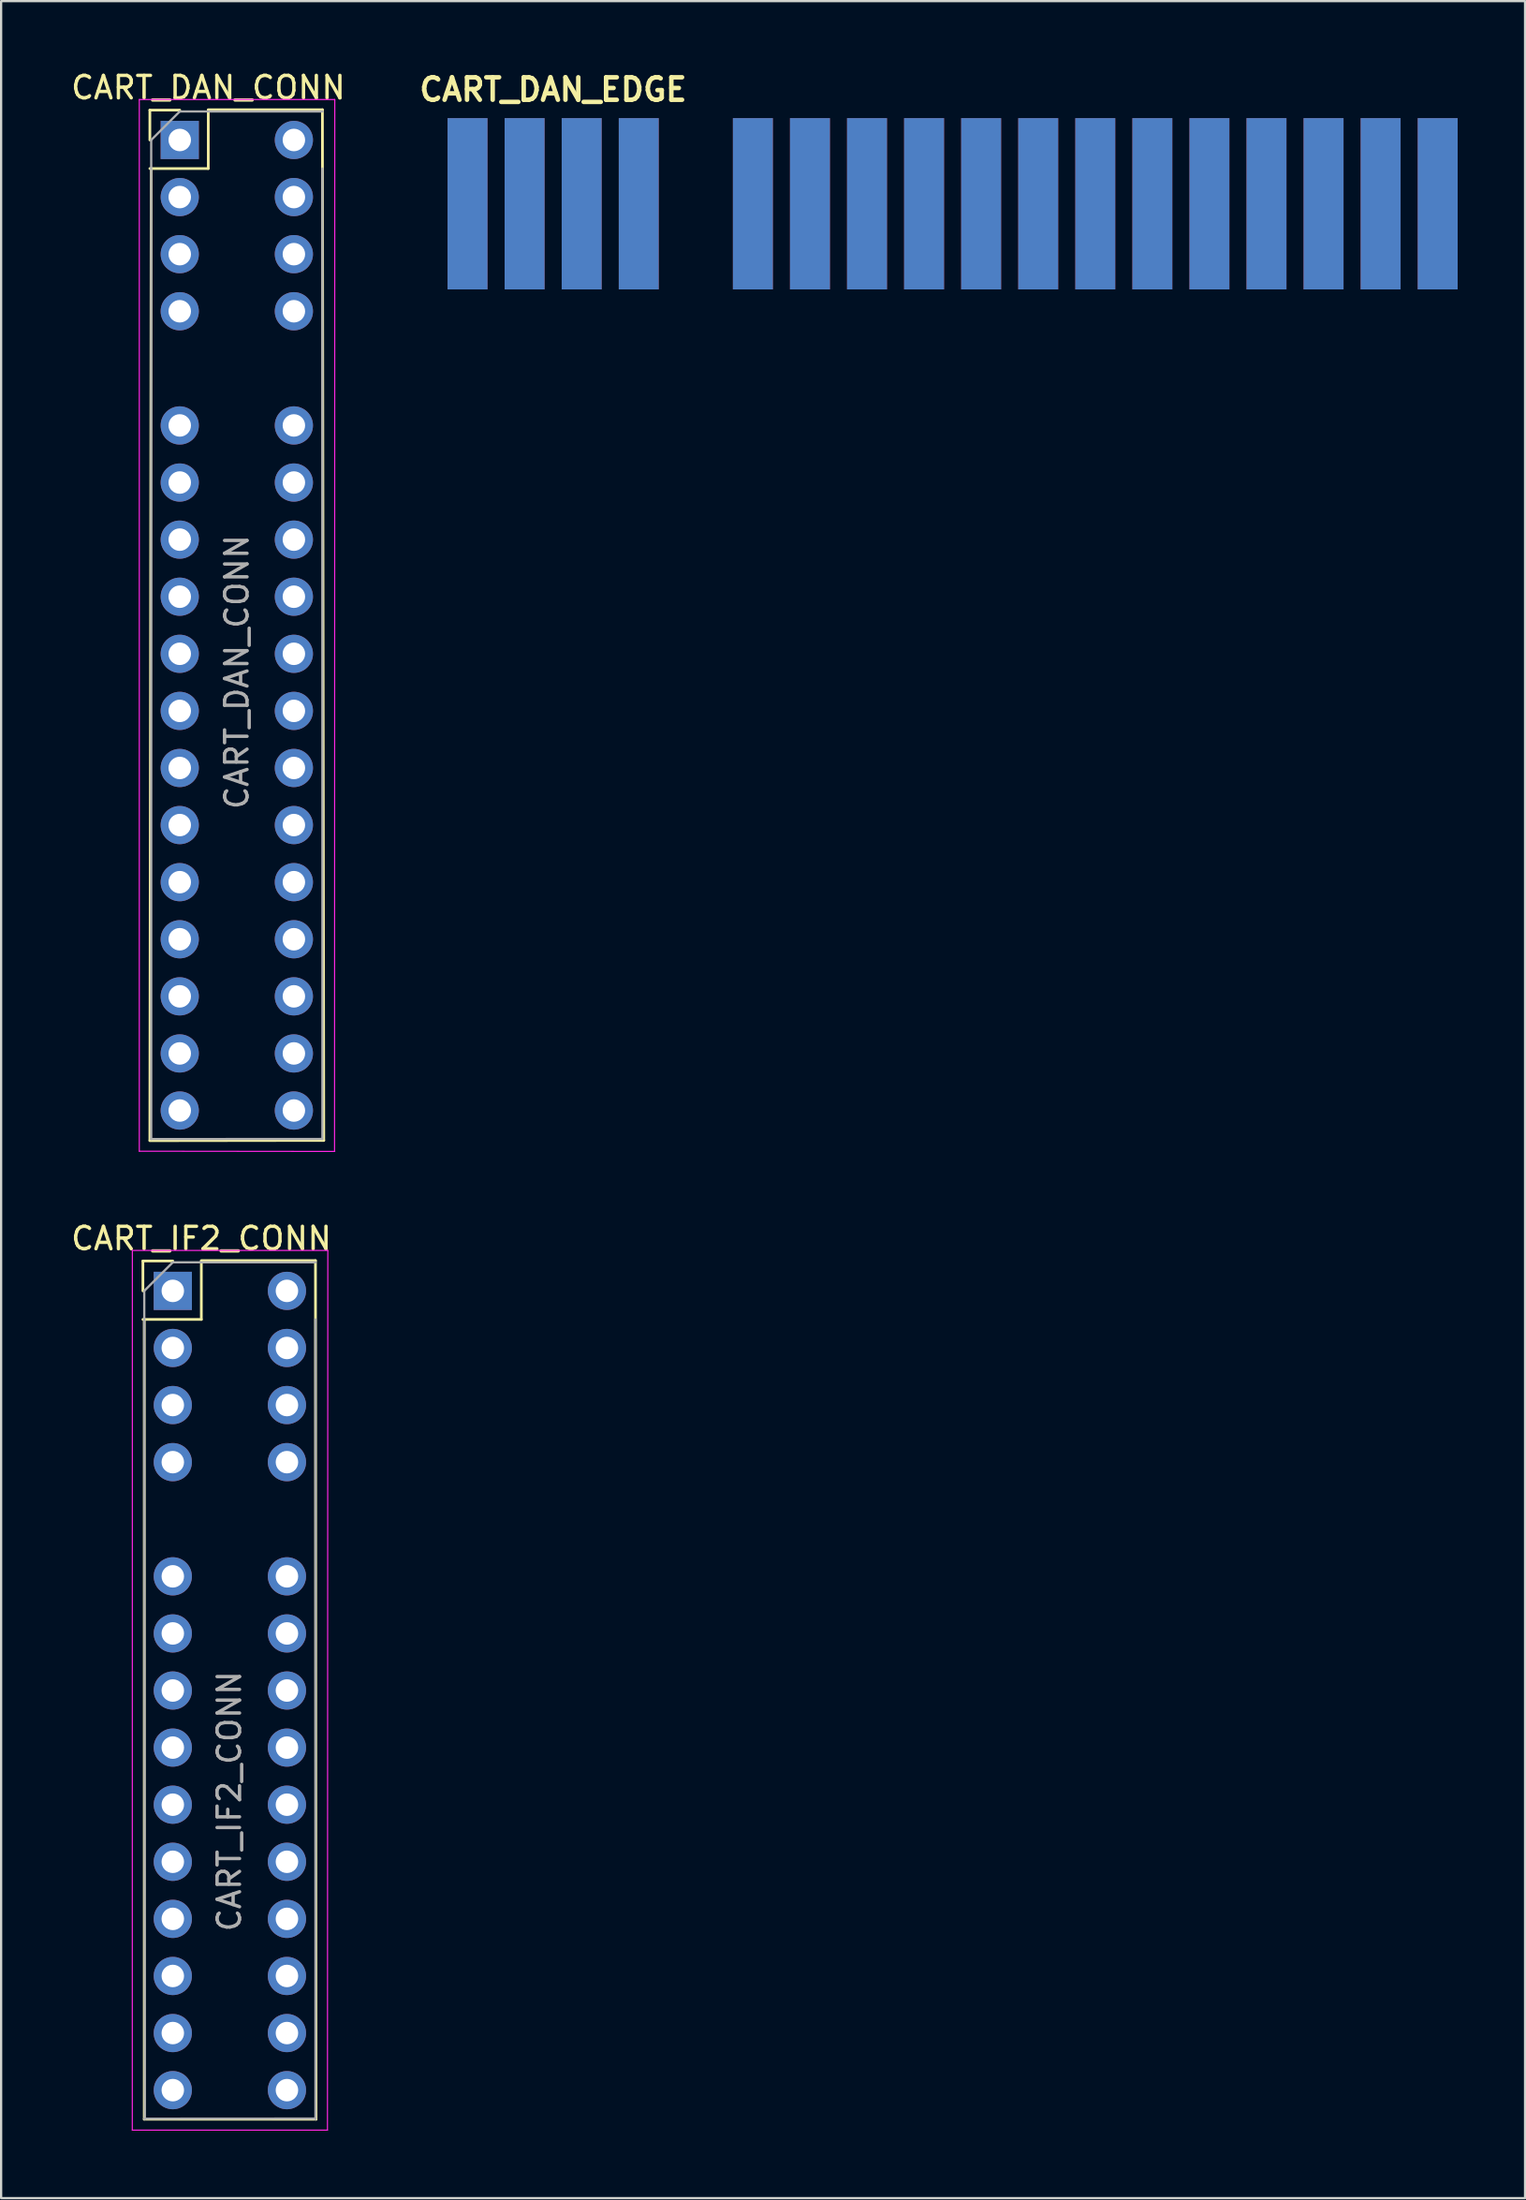
<source format=kicad_pcb>
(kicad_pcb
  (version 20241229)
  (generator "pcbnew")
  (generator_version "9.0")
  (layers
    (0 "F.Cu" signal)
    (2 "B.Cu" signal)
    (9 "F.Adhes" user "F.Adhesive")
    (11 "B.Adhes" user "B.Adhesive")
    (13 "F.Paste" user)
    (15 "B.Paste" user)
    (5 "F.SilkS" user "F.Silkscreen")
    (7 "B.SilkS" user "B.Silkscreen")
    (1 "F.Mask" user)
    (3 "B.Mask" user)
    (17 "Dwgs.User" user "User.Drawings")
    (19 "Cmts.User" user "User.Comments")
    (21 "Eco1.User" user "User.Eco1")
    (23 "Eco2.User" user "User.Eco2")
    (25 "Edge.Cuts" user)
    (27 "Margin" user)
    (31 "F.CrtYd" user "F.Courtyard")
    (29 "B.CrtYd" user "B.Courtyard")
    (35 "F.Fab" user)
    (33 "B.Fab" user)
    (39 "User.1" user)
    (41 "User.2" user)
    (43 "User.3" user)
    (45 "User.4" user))
  (footprint "CART_DAN_EDGE"
    (layer "F.Cu")
    (at 38.079 6.016)
    (property "Reference" "CART_DAN_EDGE" (at -16.51 -5.08 180) (layer "F.SilkS") (effects (font (size 1 1) (thickness 0.2))))
    (attr through_hole)
    (pad "1" connect rect (at -20.32 0) (size 1.778 7.62) (layers "F.Cu" "F.Mask"))
    (pad "2" connect rect (at -20.32 0) (size 1.778 7.62) (layers "B.Cu" "B.Mask"))
    (pad "3" connect rect (at -17.78 0) (size 1.778 7.62) (layers "F.Cu" "F.Mask"))
    (pad "4" connect rect (at -17.78 0) (size 1.778 7.62) (layers "B.Cu" "B.Mask"))
    (pad "5" connect rect (at -15.24 0) (size 1.778 7.62) (layers "F.Cu" "F.Mask"))
    (pad "6" connect rect (at -15.24 0) (size 1.778 7.62) (layers "B.Cu" "B.Mask"))
    (pad "7" connect rect (at -12.7 0) (size 1.778 7.62) (layers "F.Cu" "F.Mask"))
    (pad "8" connect rect (at -12.7 0) (size 1.778 7.62) (layers "B.Cu" "B.Mask"))
    (pad "9" connect rect (at -7.62 0) (size 1.778 7.62) (layers "F.Cu" "F.Mask"))
    (pad "10" connect rect (at -7.62 0) (size 1.778 7.62) (layers "B.Cu" "B.Mask"))
    (pad "11" connect rect (at -5.08 0) (size 1.778 7.62) (layers "F.Cu" "F.Mask"))
    (pad "12" connect rect (at -5.08 0) (size 1.778 7.62) (layers "B.Cu" "B.Mask"))
    (pad "13" connect rect (at -2.54 0) (size 1.778 7.62) (layers "F.Cu" "F.Mask"))
    (pad "14" connect rect (at -2.54 0) (size 1.778 7.62) (layers "B.Cu" "B.Mask"))
    (pad "15" connect rect (at 0 0) (size 1.778 7.62) (layers "F.Cu" "F.Mask"))
    (pad "16" connect rect (at 0 0) (size 1.778 7.62) (layers "B.Cu" "B.Mask"))
    (pad "17" connect rect (at 2.54 0) (size 1.778 7.62) (layers "F.Cu" "F.Mask"))
    (pad "18" connect rect (at 2.54 0) (size 1.778 7.62) (layers "B.Cu" "B.Mask"))
    (pad "19" connect rect (at 5.08 0) (size 1.778 7.62) (layers "F.Cu" "F.Mask"))
    (pad "20" connect rect (at 5.08 0) (size 1.778 7.62) (layers "B.Cu" "B.Mask"))
    (pad "21" connect rect (at 7.62 0) (size 1.778 7.62) (layers "F.Cu" "F.Mask"))
    (pad "22" connect rect (at 7.62 0) (size 1.778 7.62) (layers "B.Cu" "B.Mask"))
    (pad "23" connect rect (at 10.16 0) (size 1.778 7.62) (layers "F.Cu" "F.Mask"))
    (pad "24" connect rect (at 10.16 0) (size 1.778 7.62) (layers "B.Cu" "B.Mask"))
    (pad "25" connect rect (at 12.7 0) (size 1.778 7.62) (layers "F.Cu" "F.Mask"))
    (pad "26" connect rect (at 12.7 0) (size 1.778 7.62) (layers "B.Cu" "B.Mask"))
    (pad "27" connect rect (at 15.24 0) (size 1.778 7.62) (layers "F.Cu" "F.Mask"))
    (pad "28" connect rect (at 15.24 0) (size 1.778 7.62) (layers "B.Cu" "B.Mask"))
    (pad "29" connect rect (at 17.78 0) (size 1.778 7.62) (layers "F.Cu" "F.Mask"))
    (pad "30" connect rect (at 17.78 0) (size 1.778 7.62) (layers "B.Cu" "B.Mask"))
    (pad "31" connect rect (at 20.32 0) (size 1.778 7.62) (layers "F.Cu" "F.Mask"))
    (pad "32" connect rect (at 20.32 0) (size 1.778 7.62) (layers "B.Cu" "B.Mask"))
    (pad "33" connect rect (at 22.86 0) (size 1.778 7.62) (layers "F.Cu" "F.Mask"))
    (pad "34" connect rect (at 22.86 0) (size 1.778 7.62) (layers "B.Cu" "B.Mask")))
  (footprint "CART_DAN_CONN"
    (layer "F.Cu")
    (at 4.95 3.178)
    (property "Reference" "CART_DAN_CONN" (at 1.27 -2.33 0) (layer "F.SilkS") (effects (font (size 1 1) (thickness 0.15))))
    (attr through_hole)
    (fp_line (start -1.33 -1.33) (end 0 -1.33) (stroke (width 0.12) (type solid)) (layer "F.SilkS"))
    (fp_line (start -1.33 0) (end -1.33 -1.33) (stroke (width 0.12) (type solid)) (layer "F.SilkS"))
    (fp_line (start -1.33 1.27) (end 1.27 1.27) (stroke (width 0.12) (type solid)) (layer "F.SilkS"))
    (fp_line (start -1.33 44.52) (end 6.41 44.51) (stroke (width 0.12) (type solid)) (layer "F.SilkS"))
    (fp_line (start -1.27 1.27) (end -1.33 44.51) (stroke (width 0.12) (type solid)) (layer "F.SilkS"))
    (fp_line (start 1.27 -1.346) (end 6.35 -1.346) (stroke (width 0.12) (type solid)) (layer "F.SilkS"))
    (fp_line (start 1.27 1.27) (end 1.27 -1.33) (stroke (width 0.12) (type solid)) (layer "F.SilkS"))
    (fp_line (start 6.35 -1.346) (end 6.41 44.51) (stroke (width 0.12) (type solid)) (layer "F.SilkS"))
    (fp_line (start -1.8 -1.8) (end -1.8 44.99) (stroke (width 0.05) (type solid)) (layer "F.CrtYd"))
    (fp_line (start -1.8 44.99) (end 6.9 45) (stroke (width 0.05) (type solid)) (layer "F.CrtYd"))
    (fp_line (start 6.89 44.99) (end 6.9 -1.8) (stroke (width 0.05) (type solid)) (layer "F.CrtYd"))
    (fp_line (start 6.9 -1.8) (end -1.8 -1.8) (stroke (width 0.05) (type solid)) (layer "F.CrtYd"))
    (fp_line (start -1.27 0) (end 0 -1.27) (stroke (width 0.1) (type solid)) (layer "F.Fab"))
    (fp_line (start -1.27 44.45) (end -1.27 0) (stroke (width 0.1) (type solid)) (layer "F.Fab"))
    (fp_line (start 0 -1.27) (end 6.35 -1.27) (stroke (width 0.1) (type solid)) (layer "F.Fab"))
    (fp_line (start 6.332 44.445) (end -1.27 44.45) (stroke (width 0.1) (type solid)) (layer "F.Fab"))
    (fp_line (start 6.35 1.27) (end 6.35 44.45) (stroke (width 0.1) (type solid)) (layer "F.Fab"))
    (fp_text user "${REFERENCE}" (at 2.54 23.673 90) (layer "F.Fab") (effects (font (size 1 1) (thickness 0.15))))
    (pad "1" thru_hole rect (at 0 0) (size 1.7 1.7) (drill 1) (layers "*.Cu" "*.Mask"))
    (pad "2" thru_hole oval (at 5.08 0) (size 1.7 1.7) (drill 1) (layers "*.Cu" "*.Mask"))
    (pad "3" thru_hole oval (at 0 2.54) (size 1.7 1.7) (drill 1) (layers "*.Cu" "*.Mask"))
    (pad "4" thru_hole oval (at 5.08 2.54) (size 1.7 1.7) (drill 1) (layers "*.Cu" "*.Mask"))
    (pad "5" thru_hole oval (at 0 5.08) (size 1.7 1.7) (drill 1) (layers "*.Cu" "*.Mask"))
    (pad "6" thru_hole oval (at 5.08 5.08) (size 1.7 1.7) (drill 1) (layers "*.Cu" "*.Mask"))
    (pad "7" thru_hole oval (at 0 7.62) (size 1.7 1.7) (drill 1) (layers "*.Cu" "*.Mask"))
    (pad "8" thru_hole oval (at 5.08 7.62) (size 1.7 1.7) (drill 1) (layers "*.Cu" "*.Mask"))
    (pad "9" thru_hole oval (at 0 12.7) (size 1.7 1.7) (drill 1) (layers "*.Cu" "*.Mask"))
    (pad "10" thru_hole oval (at 5.08 12.7) (size 1.7 1.7) (drill 1) (layers "*.Cu" "*.Mask"))
    (pad "11" thru_hole oval (at 0 15.24) (size 1.7 1.7) (drill 1) (layers "*.Cu" "*.Mask"))
    (pad "12" thru_hole oval (at 5.08 15.24) (size 1.7 1.7) (drill 1) (layers "*.Cu" "*.Mask"))
    (pad "13" thru_hole oval (at 0 17.78) (size 1.7 1.7) (drill 1) (layers "*.Cu" "*.Mask"))
    (pad "14" thru_hole oval (at 5.08 17.78) (size 1.7 1.7) (drill 1) (layers "*.Cu" "*.Mask"))
    (pad "15" thru_hole oval (at 0 20.32) (size 1.7 1.7) (drill 1) (layers "*.Cu" "*.Mask"))
    (pad "16" thru_hole oval (at 5.08 20.32) (size 1.7 1.7) (drill 1) (layers "*.Cu" "*.Mask"))
    (pad "17" thru_hole oval (at 0 22.86) (size 1.7 1.7) (drill 1) (layers "*.Cu" "*.Mask"))
    (pad "18" thru_hole oval (at 5.08 22.86) (size 1.7 1.7) (drill 1) (layers "*.Cu" "*.Mask"))
    (pad "19" thru_hole oval (at 0 25.4) (size 1.7 1.7) (drill 1) (layers "*.Cu" "*.Mask"))
    (pad "20" thru_hole oval (at 5.08 25.4) (size 1.7 1.7) (drill 1) (layers "*.Cu" "*.Mask"))
    (pad "21" thru_hole oval (at 0 27.94) (size 1.7 1.7) (drill 1) (layers "*.Cu" "*.Mask"))
    (pad "22" thru_hole oval (at 5.08 27.94) (size 1.7 1.7) (drill 1) (layers "*.Cu" "*.Mask"))
    (pad "23" thru_hole oval (at 0 30.48) (size 1.7 1.7) (drill 1) (layers "*.Cu" "*.Mask"))
    (pad "24" thru_hole oval (at 5.08 30.48) (size 1.7 1.7) (drill 1) (layers "*.Cu" "*.Mask"))
    (pad "25" thru_hole oval (at 0 33.02) (size 1.7 1.7) (drill 1) (layers "*.Cu" "*.Mask"))
    (pad "26" thru_hole oval (at 5.08 33.02) (size 1.7 1.7) (drill 1) (layers "*.Cu" "*.Mask"))
    (pad "27" thru_hole oval (at 0 35.56) (size 1.7 1.7) (drill 1) (layers "*.Cu" "*.Mask"))
    (pad "28" thru_hole oval (at 5.08 35.56) (size 1.7 1.7) (drill 1) (layers "*.Cu" "*.Mask"))
    (pad "29" thru_hole oval (at 0 38.1) (size 1.7 1.7) (drill 1) (layers "*.Cu" "*.Mask"))
    (pad "30" thru_hole oval (at 5.08 38.1) (size 1.7 1.7) (drill 1) (layers "*.Cu" "*.Mask"))
    (pad "31" thru_hole oval (at 0 40.64) (size 1.7 1.7) (drill 1) (layers "*.Cu" "*.Mask"))
    (pad "32" thru_hole oval (at 5.08 40.64) (size 1.7 1.7) (drill 1) (layers "*.Cu" "*.Mask"))
    (pad "33" thru_hole oval (at 0 43.18) (size 1.7 1.7) (drill 1) (layers "*.Cu" "*.Mask"))
    (pad "34" thru_hole oval (at 5.08 43.18) (size 1.7 1.7) (drill 1) (layers "*.Cu" "*.Mask")))
  (footprint "CART_IF2_CONN"
    (layer "F.Cu")
    (at 4.641 54.382)
    (property "Reference" "CART_IF2_CONN" (at 1.27 -2.33 0) (layer "F.SilkS") (effects (font (size 1 1) (thickness 0.15))))
    (attr through_hole)
    (fp_line (start -1.33 -1.33) (end 0 -1.33) (stroke (width 0.12) (type solid)) (layer "F.SilkS"))
    (fp_line (start -1.33 0) (end -1.33 -1.33) (stroke (width 0.12) (type solid)) (layer "F.SilkS"))
    (fp_line (start -1.33 1.27) (end 1.27 1.27) (stroke (width 0.12) (type solid)) (layer "F.SilkS"))
    (fp_line (start -1.27 1.27) (end -1.27 36.855) (stroke (width 0.12) (type solid)) (layer "F.SilkS"))
    (fp_line (start -1.27 36.855) (end 6.375 36.855) (stroke (width 0.12) (type solid)) (layer "F.SilkS"))
    (fp_line (start 1.27 -1.346) (end 6.35 -1.346) (stroke (width 0.12) (type solid)) (layer "F.SilkS"))
    (fp_line (start 1.27 1.27) (end 1.27 -1.33) (stroke (width 0.12) (type solid)) (layer "F.SilkS"))
    (fp_line (start 6.35 -1.346) (end 6.375 36.855) (stroke (width 0.12) (type solid)) (layer "F.SilkS"))
    (fp_line (start -1.803 37.338) (end 6.883 37.338) (stroke (width 0.05) (type solid)) (layer "F.CrtYd"))
    (fp_line (start -1.8 -1.8) (end -1.803 37.338) (stroke (width 0.05) (type solid)) (layer "F.CrtYd"))
    (fp_line (start 6.883 37.338) (end 6.9 -1.8) (stroke (width 0.05) (type solid)) (layer "F.CrtYd"))
    (fp_line (start 6.9 -1.8) (end -1.8 -1.8) (stroke (width 0.05) (type solid)) (layer "F.CrtYd"))
    (fp_line (start -1.27 0) (end 0 -1.27) (stroke (width 0.1) (type solid)) (layer "F.Fab"))
    (fp_line (start -1.245 36.855) (end -1.27 0) (stroke (width 0.1) (type solid)) (layer "F.Fab"))
    (fp_line (start 0 -1.27) (end 6.35 -1.27) (stroke (width 0.1) (type solid)) (layer "F.Fab"))
    (fp_line (start 6.332 36.825) (end -1.27 36.83) (stroke (width 0.1) (type solid)) (layer "F.Fab"))
    (fp_line (start 6.35 1.27) (end 6.35 36.855) (stroke (width 0.1) (type solid)) (layer "F.Fab"))
    (fp_text user "${REFERENCE}" (at 2.515 22.708 90) (layer "F.Fab") (effects (font (size 1 1) (thickness 0.15))))
    (pad "1" thru_hole rect (at 0 0) (size 1.7 1.7) (drill 1) (layers "*.Cu" "*.Mask"))
    (pad "2" thru_hole oval (at 5.08 0) (size 1.7 1.7) (drill 1) (layers "*.Cu" "*.Mask"))
    (pad "3" thru_hole oval (at 0 2.54) (size 1.7 1.7) (drill 1) (layers "*.Cu" "*.Mask"))
    (pad "4" thru_hole oval (at 5.08 2.54) (size 1.7 1.7) (drill 1) (layers "*.Cu" "*.Mask"))
    (pad "5" thru_hole oval (at 0 5.08) (size 1.7 1.7) (drill 1) (layers "*.Cu" "*.Mask"))
    (pad "6" thru_hole oval (at 5.08 5.08) (size 1.7 1.7) (drill 1) (layers "*.Cu" "*.Mask"))
    (pad "7" thru_hole oval (at 0 7.62) (size 1.7 1.7) (drill 1) (layers "*.Cu" "*.Mask"))
    (pad "8" thru_hole oval (at 5.08 7.62) (size 1.7 1.7) (drill 1) (layers "*.Cu" "*.Mask"))
    (pad "9" thru_hole oval (at 0 12.7) (size 1.7 1.7) (drill 1) (layers "*.Cu" "*.Mask"))
    (pad "10" thru_hole oval (at 5.08 12.7) (size 1.7 1.7) (drill 1) (layers "*.Cu" "*.Mask"))
    (pad "11" thru_hole oval (at 0 15.24) (size 1.7 1.7) (drill 1) (layers "*.Cu" "*.Mask"))
    (pad "12" thru_hole oval (at 5.08 15.24) (size 1.7 1.7) (drill 1) (layers "*.Cu" "*.Mask"))
    (pad "13" thru_hole oval (at 0 17.78) (size 1.7 1.7) (drill 1) (layers "*.Cu" "*.Mask"))
    (pad "14" thru_hole oval (at 5.08 17.78) (size 1.7 1.7) (drill 1) (layers "*.Cu" "*.Mask"))
    (pad "15" thru_hole oval (at 0 20.32) (size 1.7 1.7) (drill 1) (layers "*.Cu" "*.Mask"))
    (pad "16" thru_hole oval (at 5.08 20.32) (size 1.7 1.7) (drill 1) (layers "*.Cu" "*.Mask"))
    (pad "17" thru_hole oval (at 0 22.86) (size 1.7 1.7) (drill 1) (layers "*.Cu" "*.Mask"))
    (pad "18" thru_hole oval (at 5.08 22.86) (size 1.7 1.7) (drill 1) (layers "*.Cu" "*.Mask"))
    (pad "19" thru_hole oval (at 0 25.4) (size 1.7 1.7) (drill 1) (layers "*.Cu" "*.Mask"))
    (pad "20" thru_hole oval (at 5.08 25.4) (size 1.7 1.7) (drill 1) (layers "*.Cu" "*.Mask"))
    (pad "21" thru_hole oval (at 0 27.94) (size 1.7 1.7) (drill 1) (layers "*.Cu" "*.Mask"))
    (pad "22" thru_hole oval (at 5.08 27.94) (size 1.7 1.7) (drill 1) (layers "*.Cu" "*.Mask"))
    (pad "23" thru_hole oval (at 0 30.48) (size 1.7 1.7) (drill 1) (layers "*.Cu" "*.Mask"))
    (pad "24" thru_hole oval (at 5.08 30.48) (size 1.7 1.7) (drill 1) (layers "*.Cu" "*.Mask"))
    (pad "25" thru_hole oval (at 0 33.02) (size 1.7 1.7) (drill 1) (layers "*.Cu" "*.Mask"))
    (pad "26" thru_hole oval (at 5.08 33.02) (size 1.7 1.7) (drill 1) (layers "*.Cu" "*.Mask"))
    (pad "27" thru_hole oval (at 0 35.56) (size 1.7 1.7) (drill 1) (layers "*.Cu" "*.Mask"))
    (pad "28" thru_hole oval (at 5.08 35.56) (size 1.7 1.7) (drill 1) (layers "*.Cu" "*.Mask")))
  (gr_rect
    (start -3 -3)
    (end 64.828 94.745)
    (stroke (width 0.1) (type default))
    (fill no)
    (layer "Edge.Cuts")))
</source>
